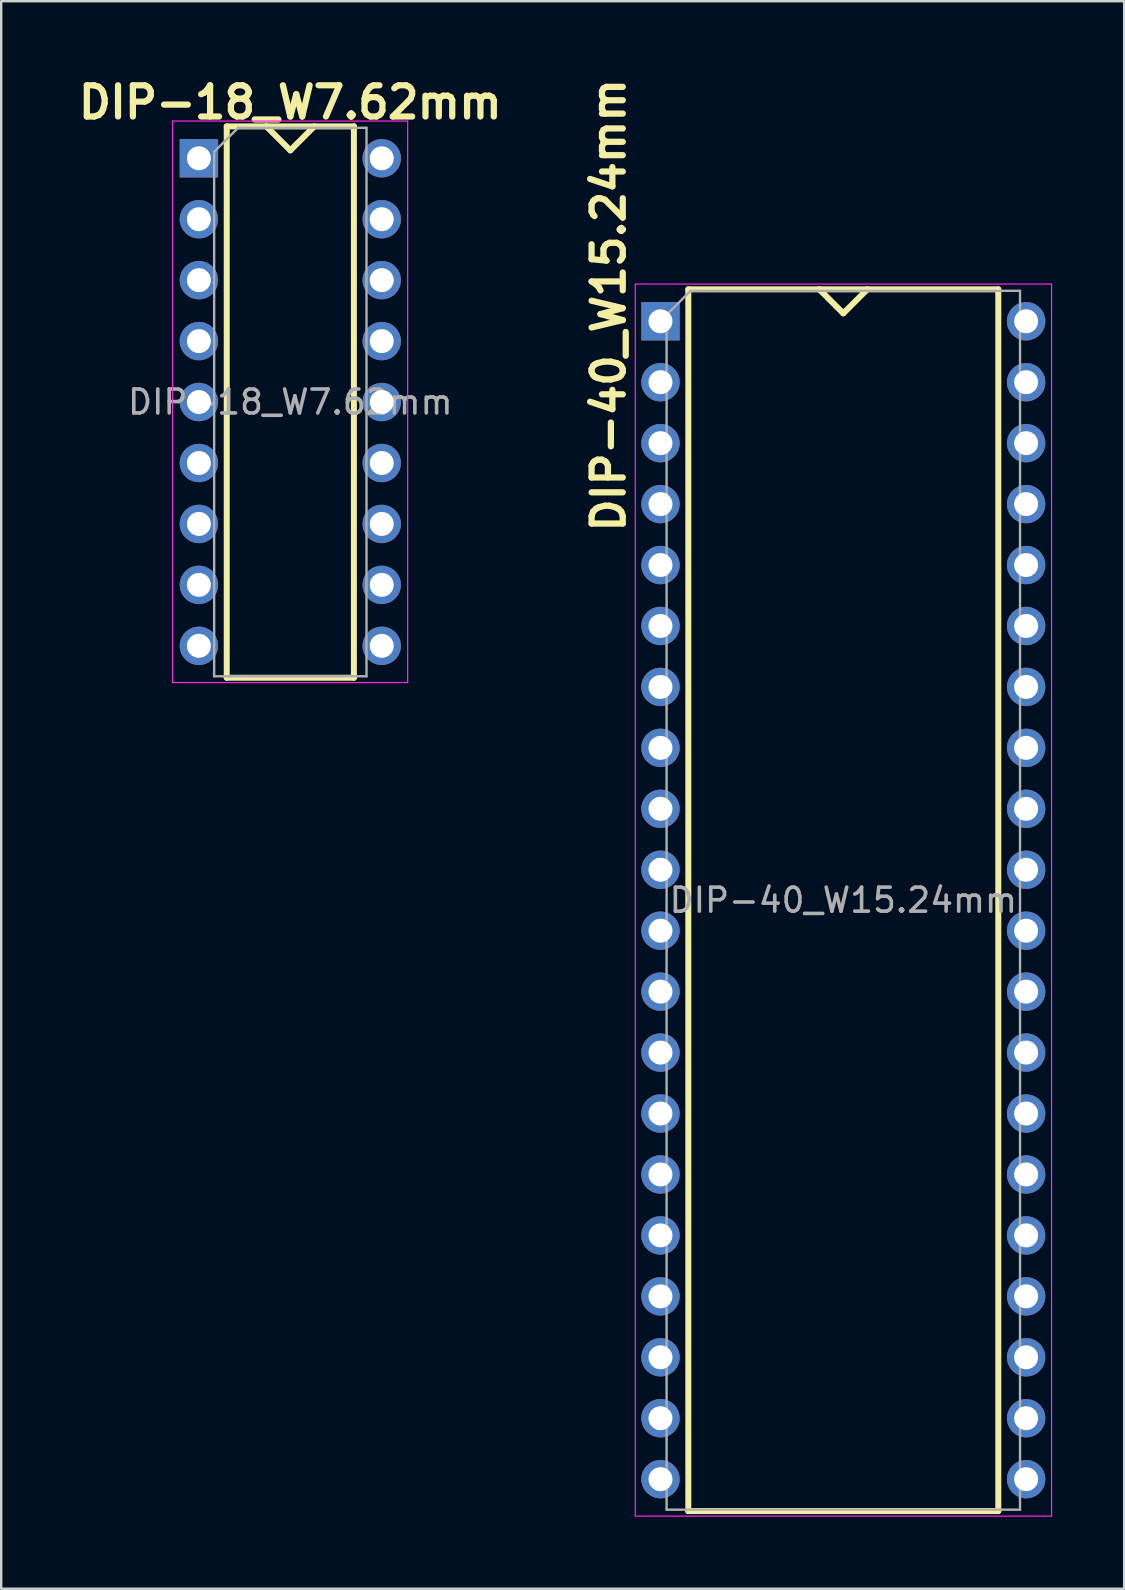
<source format=kicad_pcb>
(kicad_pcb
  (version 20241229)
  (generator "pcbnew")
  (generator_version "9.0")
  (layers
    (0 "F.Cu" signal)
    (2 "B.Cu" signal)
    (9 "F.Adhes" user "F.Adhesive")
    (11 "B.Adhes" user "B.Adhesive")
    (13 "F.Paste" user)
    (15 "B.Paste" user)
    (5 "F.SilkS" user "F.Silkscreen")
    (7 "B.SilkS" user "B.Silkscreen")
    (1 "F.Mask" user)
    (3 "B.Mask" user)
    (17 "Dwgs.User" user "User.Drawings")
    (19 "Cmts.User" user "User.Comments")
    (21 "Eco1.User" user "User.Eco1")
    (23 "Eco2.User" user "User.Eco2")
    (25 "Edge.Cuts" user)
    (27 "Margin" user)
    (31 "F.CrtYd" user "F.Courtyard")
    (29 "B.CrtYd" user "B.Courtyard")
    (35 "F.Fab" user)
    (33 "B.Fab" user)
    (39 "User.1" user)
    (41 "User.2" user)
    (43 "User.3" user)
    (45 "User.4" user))
  (footprint "DIP-40_W15.24mm"
    (layer "F.Cu")
    (at 24.478 10.34)
    (property "Reference" "DIP-40_W15.24mm" (at -2.16 -0.67 90) (layer "F.SilkS") (effects (font (size 1.3 1.3) (thickness 0.26) (bold yes))))
    (attr through_hole)
    (fp_line (start 1.16 -1.33) (end 1.16 49.59) (stroke (width 0.25) (type solid)) (layer "F.SilkS"))
    (fp_line (start 1.16 49.59) (end 14.08 49.59) (stroke (width 0.25) (type solid)) (layer "F.SilkS"))
    (fp_line (start 6.62 -1.33) (end 1.16 -1.33) (stroke (width 0.25) (type solid)) (layer "F.SilkS"))
    (fp_line (start 6.62 -1.33) (end 7.62 -0.33) (stroke (width 0.25) (type solid)) (layer "F.SilkS"))
    (fp_line (start 8.62 -1.33) (end 6.62 -1.33) (stroke (width 0.25) (type default)) (layer "F.SilkS"))
    (fp_line (start 8.62 -1.33) (end 7.62 -0.33) (stroke (width 0.25) (type solid)) (layer "F.SilkS"))
    (fp_line (start 14.08 -1.33) (end 8.62 -1.33) (stroke (width 0.25) (type solid)) (layer "F.SilkS"))
    (fp_line (start 14.08 49.59) (end 14.08 -1.33) (stroke (width 0.25) (type solid)) (layer "F.SilkS"))
    (fp_line (start -1.05 -1.55) (end -1.05 49.8) (stroke (width 0.05) (type solid)) (layer "F.CrtYd"))
    (fp_line (start -1.05 49.8) (end 16.3 49.8) (stroke (width 0.05) (type solid)) (layer "F.CrtYd"))
    (fp_line (start 16.3 -1.55) (end -1.05 -1.55) (stroke (width 0.05) (type solid)) (layer "F.CrtYd"))
    (fp_line (start 16.3 49.8) (end 16.3 -1.55) (stroke (width 0.05) (type solid)) (layer "F.CrtYd"))
    (fp_line (start 0.255 -0.27) (end 1.255 -1.27) (stroke (width 0.1) (type solid)) (layer "F.Fab"))
    (fp_line (start 0.255 49.53) (end 0.255 -0.27) (stroke (width 0.1) (type solid)) (layer "F.Fab"))
    (fp_line (start 1.255 -1.27) (end 14.985 -1.27) (stroke (width 0.1) (type solid)) (layer "F.Fab"))
    (fp_line (start 14.985 -1.27) (end 14.985 49.53) (stroke (width 0.1) (type solid)) (layer "F.Fab"))
    (fp_line (start 14.985 49.53) (end 0.255 49.53) (stroke (width 0.1) (type solid)) (layer "F.Fab"))
    (fp_text user "${REFERENCE}" (at 7.62 24.13 0) (layer "F.Fab") (effects (font (size 1 1) (thickness 0.15))))
    (pad "1" thru_hole rect (at 0 0) (size 1.6 1.6) (drill 1) (layers "*.Cu" "*.Mask"))
    (pad "2" thru_hole oval (at 0 2.54) (size 1.6 1.6) (drill 1) (layers "*.Cu" "*.Mask"))
    (pad "3" thru_hole oval (at 0 5.08) (size 1.6 1.6) (drill 1) (layers "*.Cu" "*.Mask"))
    (pad "4" thru_hole oval (at 0 7.62) (size 1.6 1.6) (drill 1) (layers "*.Cu" "*.Mask"))
    (pad "5" thru_hole oval (at 0 10.16) (size 1.6 1.6) (drill 1) (layers "*.Cu" "*.Mask"))
    (pad "6" thru_hole oval (at 0 12.7) (size 1.6 1.6) (drill 1) (layers "*.Cu" "*.Mask"))
    (pad "7" thru_hole oval (at 0 15.24) (size 1.6 1.6) (drill 1) (layers "*.Cu" "*.Mask"))
    (pad "8" thru_hole oval (at 0 17.78) (size 1.6 1.6) (drill 1) (layers "*.Cu" "*.Mask"))
    (pad "9" thru_hole oval (at 0 20.32) (size 1.6 1.6) (drill 1) (layers "*.Cu" "*.Mask"))
    (pad "10" thru_hole oval (at 0 22.86) (size 1.6 1.6) (drill 1) (layers "*.Cu" "*.Mask"))
    (pad "11" thru_hole oval (at 0 25.4) (size 1.6 1.6) (drill 1) (layers "*.Cu" "*.Mask"))
    (pad "12" thru_hole oval (at 0 27.94) (size 1.6 1.6) (drill 1) (layers "*.Cu" "*.Mask"))
    (pad "13" thru_hole oval (at 0 30.48) (size 1.6 1.6) (drill 1) (layers "*.Cu" "*.Mask"))
    (pad "14" thru_hole oval (at 0 33.02) (size 1.6 1.6) (drill 1) (layers "*.Cu" "*.Mask"))
    (pad "15" thru_hole oval (at 0 35.56) (size 1.6 1.6) (drill 1) (layers "*.Cu" "*.Mask"))
    (pad "16" thru_hole oval (at 0 38.1) (size 1.6 1.6) (drill 1) (layers "*.Cu" "*.Mask"))
    (pad "17" thru_hole oval (at 0 40.64) (size 1.6 1.6) (drill 1) (layers "*.Cu" "*.Mask"))
    (pad "18" thru_hole oval (at 0 43.18) (size 1.6 1.6) (drill 1) (layers "*.Cu" "*.Mask"))
    (pad "19" thru_hole oval (at 0 45.72) (size 1.6 1.6) (drill 1) (layers "*.Cu" "*.Mask"))
    (pad "20" thru_hole oval (at 0 48.26) (size 1.6 1.6) (drill 1) (layers "*.Cu" "*.Mask"))
    (pad "21" thru_hole oval (at 15.24 48.26) (size 1.6 1.6) (drill 1) (layers "*.Cu" "*.Mask"))
    (pad "22" thru_hole oval (at 15.24 45.72) (size 1.6 1.6) (drill 1) (layers "*.Cu" "*.Mask"))
    (pad "23" thru_hole oval (at 15.24 43.18) (size 1.6 1.6) (drill 1) (layers "*.Cu" "*.Mask"))
    (pad "24" thru_hole oval (at 15.24 40.64) (size 1.6 1.6) (drill 1) (layers "*.Cu" "*.Mask"))
    (pad "25" thru_hole oval (at 15.24 38.1) (size 1.6 1.6) (drill 1) (layers "*.Cu" "*.Mask"))
    (pad "26" thru_hole oval (at 15.24 35.56) (size 1.6 1.6) (drill 1) (layers "*.Cu" "*.Mask"))
    (pad "27" thru_hole oval (at 15.24 33.02) (size 1.6 1.6) (drill 1) (layers "*.Cu" "*.Mask"))
    (pad "28" thru_hole oval (at 15.24 30.48) (size 1.6 1.6) (drill 1) (layers "*.Cu" "*.Mask"))
    (pad "29" thru_hole oval (at 15.24 27.94) (size 1.6 1.6) (drill 1) (layers "*.Cu" "*.Mask"))
    (pad "30" thru_hole oval (at 15.24 25.4) (size 1.6 1.6) (drill 1) (layers "*.Cu" "*.Mask"))
    (pad "31" thru_hole oval (at 15.24 22.86) (size 1.6 1.6) (drill 1) (layers "*.Cu" "*.Mask"))
    (pad "32" thru_hole oval (at 15.24 20.32) (size 1.6 1.6) (drill 1) (layers "*.Cu" "*.Mask"))
    (pad "33" thru_hole oval (at 15.24 17.78) (size 1.6 1.6) (drill 1) (layers "*.Cu" "*.Mask"))
    (pad "34" thru_hole oval (at 15.24 15.24) (size 1.6 1.6) (drill 1) (layers "*.Cu" "*.Mask"))
    (pad "35" thru_hole oval (at 15.24 12.7) (size 1.6 1.6) (drill 1) (layers "*.Cu" "*.Mask"))
    (pad "36" thru_hole oval (at 15.24 10.16) (size 1.6 1.6) (drill 1) (layers "*.Cu" "*.Mask"))
    (pad "37" thru_hole oval (at 15.24 7.62) (size 1.6 1.6) (drill 1) (layers "*.Cu" "*.Mask"))
    (pad "38" thru_hole oval (at 15.24 5.08) (size 1.6 1.6) (drill 1) (layers "*.Cu" "*.Mask"))
    (pad "39" thru_hole oval (at 15.24 2.54) (size 1.6 1.6) (drill 1) (layers "*.Cu" "*.Mask"))
    (pad "40" thru_hole oval (at 15.24 0) (size 1.6 1.6) (drill 1) (layers "*.Cu" "*.Mask")))
  (footprint "DIP-18_W7.62mm"
    (layer "F.Cu")
    (at 5.24 3.547)
    (property "Reference" "DIP-18_W7.62mm" (at 3.81 -2.33 180) (layer "F.SilkS") (effects (font (size 1.3 1.3) (thickness 0.26) (bold yes))))
    (attr through_hole)
    (fp_line (start 1.16 -1.33) (end 1.16 21.65) (stroke (width 0.25) (type solid)) (layer "F.SilkS"))
    (fp_line (start 1.16 21.65) (end 6.46 21.65) (stroke (width 0.25) (type solid)) (layer "F.SilkS"))
    (fp_line (start 2.81 -1.33) (end 1.16 -1.33) (stroke (width 0.25) (type solid)) (layer "F.SilkS"))
    (fp_line (start 2.81 -1.33) (end 3.81 -0.33) (stroke (width 0.25) (type solid)) (layer "F.SilkS"))
    (fp_line (start 2.81 -1.33) (end 4.81 -1.33) (stroke (width 0.25) (type solid)) (layer "F.SilkS"))
    (fp_line (start 4.81 -1.33) (end 3.81 -0.33) (stroke (width 0.25) (type solid)) (layer "F.SilkS"))
    (fp_line (start 6.46 -1.33) (end 4.81 -1.33) (stroke (width 0.25) (type solid)) (layer "F.SilkS"))
    (fp_line (start 6.46 21.65) (end 6.46 -1.33) (stroke (width 0.25) (type solid)) (layer "F.SilkS"))
    (fp_line (start -1.1 -1.55) (end -1.1 21.85) (stroke (width 0.05) (type solid)) (layer "F.CrtYd"))
    (fp_line (start -1.1 21.85) (end 8.7 21.85) (stroke (width 0.05) (type solid)) (layer "F.CrtYd"))
    (fp_line (start 8.7 -1.55) (end -1.1 -1.55) (stroke (width 0.05) (type solid)) (layer "F.CrtYd"))
    (fp_line (start 8.7 21.85) (end 8.7 -1.55) (stroke (width 0.05) (type solid)) (layer "F.CrtYd"))
    (fp_line (start 0.635 -0.27) (end 1.635 -1.27) (stroke (width 0.1) (type solid)) (layer "F.Fab"))
    (fp_line (start 0.635 21.59) (end 0.635 -0.27) (stroke (width 0.1) (type solid)) (layer "F.Fab"))
    (fp_line (start 1.635 -1.27) (end 6.985 -1.27) (stroke (width 0.1) (type solid)) (layer "F.Fab"))
    (fp_line (start 6.985 -1.27) (end 6.985 21.59) (stroke (width 0.1) (type solid)) (layer "F.Fab"))
    (fp_line (start 6.985 21.59) (end 0.635 21.59) (stroke (width 0.1) (type solid)) (layer "F.Fab"))
    (fp_text user "${REFERENCE}" (at 3.81 10.16 180) (layer "F.Fab") (effects (font (size 1 1) (thickness 0.15))))
    (pad "1" thru_hole rect (at 0 0) (size 1.6 1.6) (drill 1) (layers "*.Cu" "*.Mask"))
    (pad "2" thru_hole oval (at 0 2.54) (size 1.6 1.6) (drill 1) (layers "*.Cu" "*.Mask"))
    (pad "3" thru_hole oval (at 0 5.08) (size 1.6 1.6) (drill 1) (layers "*.Cu" "*.Mask"))
    (pad "4" thru_hole oval (at 0 7.62) (size 1.6 1.6) (drill 1) (layers "*.Cu" "*.Mask"))
    (pad "5" thru_hole oval (at 0 10.16) (size 1.6 1.6) (drill 1) (layers "*.Cu" "*.Mask"))
    (pad "6" thru_hole oval (at 0 12.7) (size 1.6 1.6) (drill 1) (layers "*.Cu" "*.Mask"))
    (pad "7" thru_hole oval (at 0 15.24) (size 1.6 1.6) (drill 1) (layers "*.Cu" "*.Mask"))
    (pad "8" thru_hole oval (at 0 17.78) (size 1.6 1.6) (drill 1) (layers "*.Cu" "*.Mask"))
    (pad "9" thru_hole oval (at 0 20.32) (size 1.6 1.6) (drill 1) (layers "*.Cu" "*.Mask"))
    (pad "10" thru_hole oval (at 7.62 20.32) (size 1.6 1.6) (drill 1) (layers "*.Cu" "*.Mask"))
    (pad "11" thru_hole oval (at 7.62 17.78) (size 1.6 1.6) (drill 1) (layers "*.Cu" "*.Mask"))
    (pad "12" thru_hole oval (at 7.62 15.24) (size 1.6 1.6) (drill 1) (layers "*.Cu" "*.Mask"))
    (pad "13" thru_hole oval (at 7.62 12.7) (size 1.6 1.6) (drill 1) (layers "*.Cu" "*.Mask"))
    (pad "14" thru_hole oval (at 7.62 10.16) (size 1.6 1.6) (drill 1) (layers "*.Cu" "*.Mask"))
    (pad "15" thru_hole oval (at 7.62 7.62) (size 1.6 1.6) (drill 1) (layers "*.Cu" "*.Mask"))
    (pad "16" thru_hole oval (at 7.62 5.08) (size 1.6 1.6) (drill 1) (layers "*.Cu" "*.Mask"))
    (pad "17" thru_hole oval (at 7.62 2.54) (size 1.6 1.6) (drill 1) (layers "*.Cu" "*.Mask"))
    (pad "18" thru_hole oval (at 7.62 0) (size 1.6 1.6) (drill 1) (layers "*.Cu" "*.Mask")))
  (gr_rect
    (start -3 -3)
    (end 43.803 63.165)
    (stroke (width 0.1) (type default))
    (fill no)
    (layer "Edge.Cuts")))
</source>
